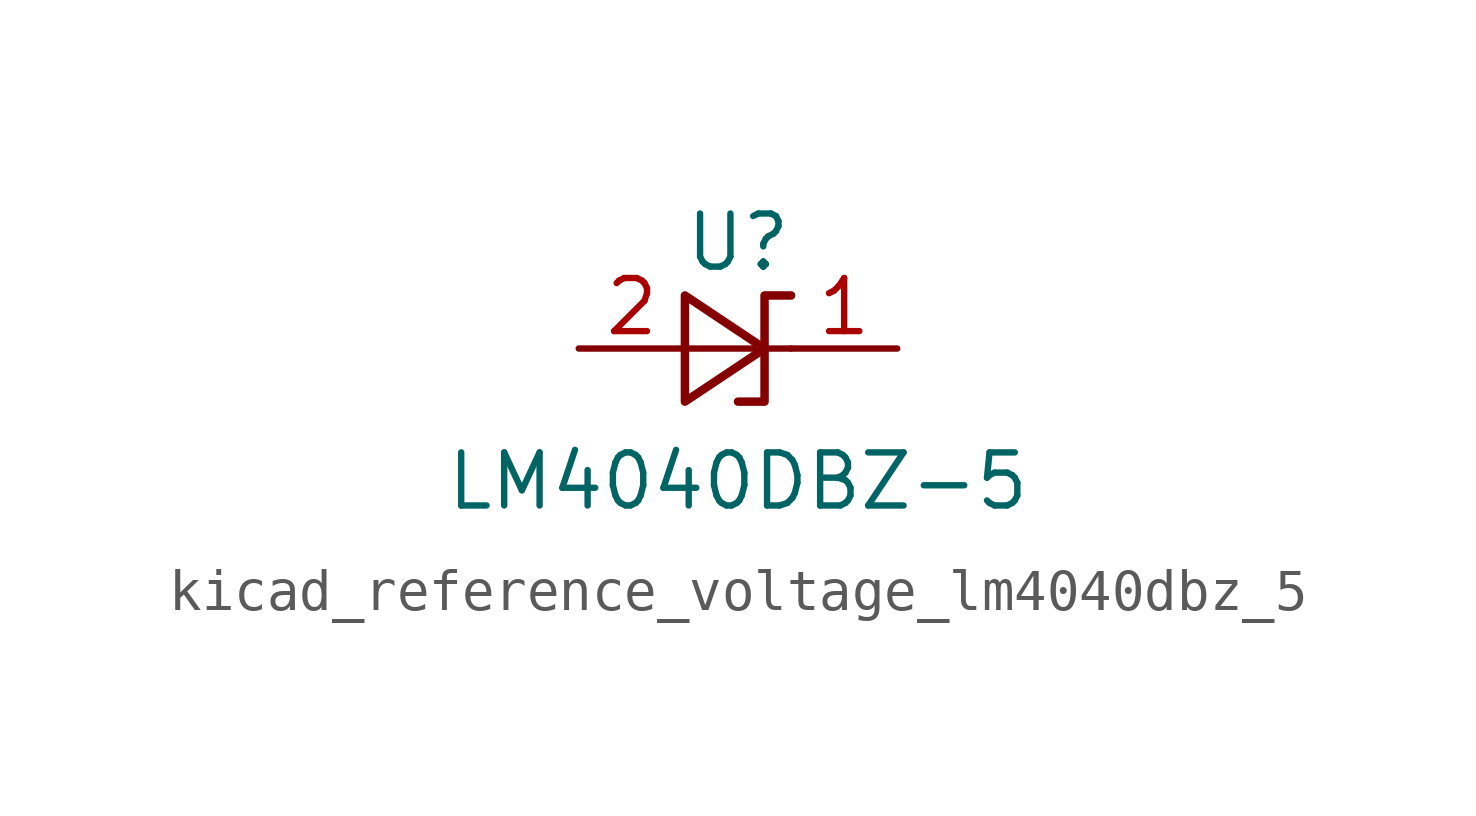
<source format=kicad_sym>
(kicad_symbol_lib
  (version 20220914)
  (generator kicad_symbol_editor)
  (symbol "kicad_reference_voltage_lm4040dbz_5"
    (pin_names
      (offset 0.025) hide)
    (property "Reference" "U"
      (at 0 2.54 0)
      (effects (font (size 1.27 1.27))))
    (property "Value" "LM4040DBZ-5"
      (at 0 -3.175 0)
      (effects (font (size 1.27 1.27))))
    (symbol "kicad_reference_voltage_lm4040dbz_5_0_1"
      (polyline (pts (xy -1.27 0) (xy 0 0) (xy 1.27 0)) (stroke (width 0) (type default)) (fill (type none)))
      (polyline (pts (xy -1.27 -1.27) (xy 0.635 0) (xy -1.27 1.27) (xy -1.27 -1.27)) (stroke (width 0.203) (type default)) (fill (type none)))
      (polyline (pts (xy 0 -1.27) (xy 0.635 -1.27) (xy 0.635 1.27) (xy 1.27 1.27)) (stroke (width 0.203) (type default)) (fill (type none))))
    (symbol "kicad_reference_voltage_lm4040dbz_5_1_1"
      (pin passive line (at 3.81 0 180) (length 2.54) (name "K" (effects (font (size 1.27 1.27)))) (number "1" (effects (font (size 1.27 1.27)))))
      (pin passive line (at -3.81 0 0) (length 2.54) (name "A" (effects (font (size 1.27 1.27)))) (number "2" (effects (font (size 1.27 1.27))))))))
</source>
